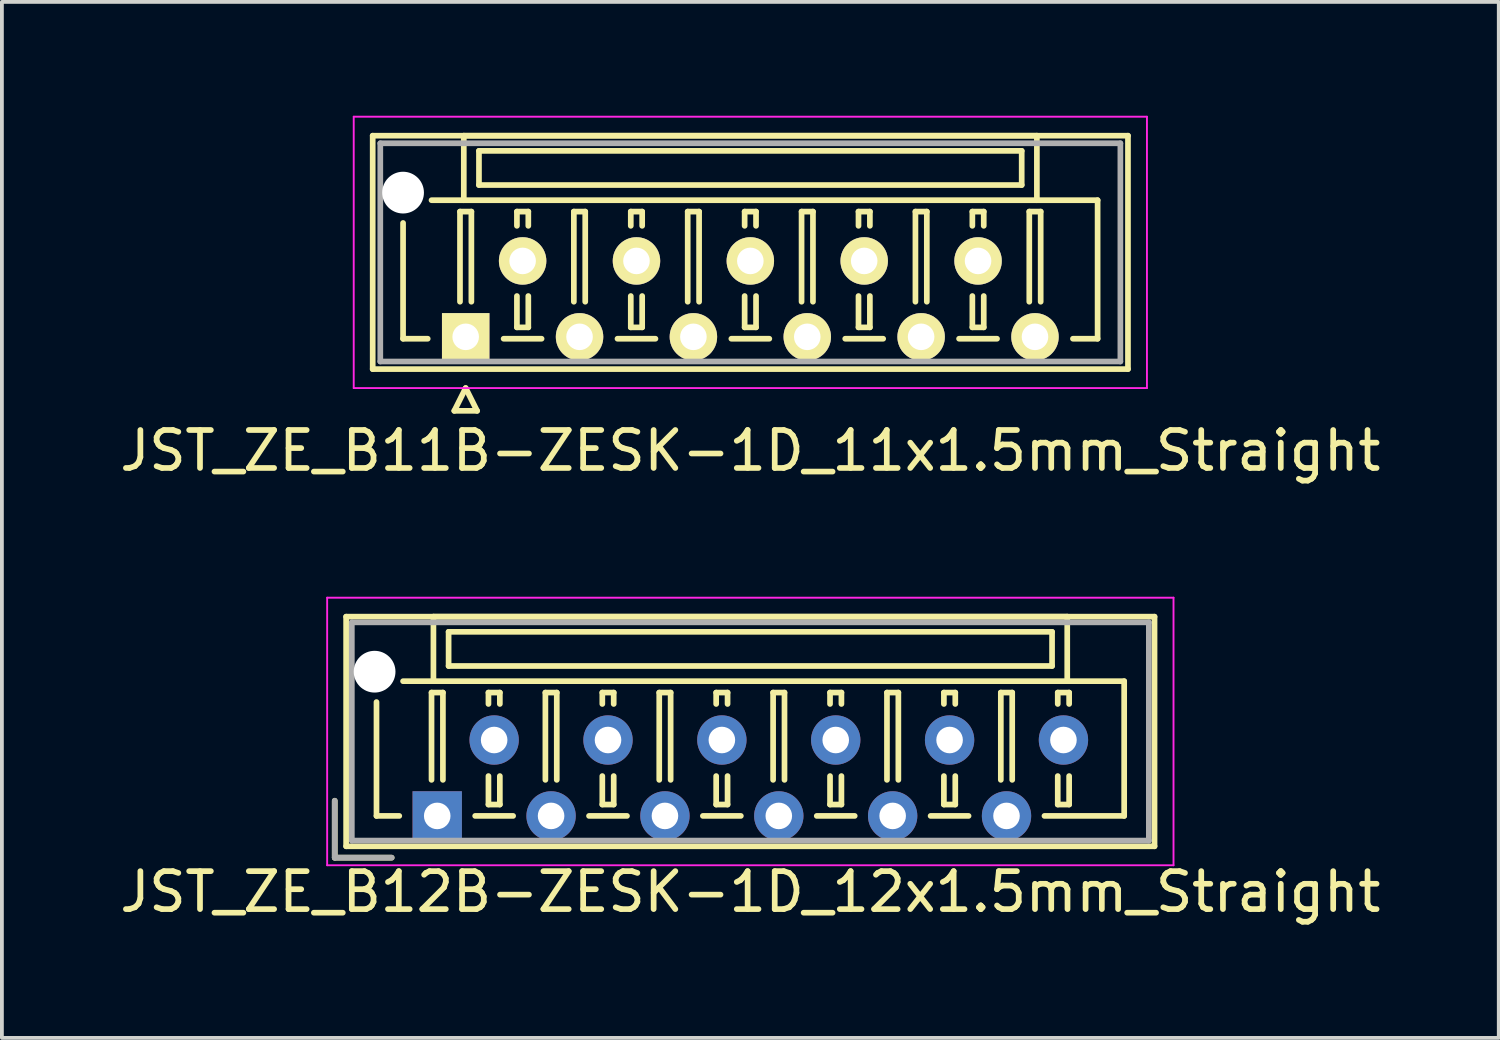
<source format=kicad_pcb>
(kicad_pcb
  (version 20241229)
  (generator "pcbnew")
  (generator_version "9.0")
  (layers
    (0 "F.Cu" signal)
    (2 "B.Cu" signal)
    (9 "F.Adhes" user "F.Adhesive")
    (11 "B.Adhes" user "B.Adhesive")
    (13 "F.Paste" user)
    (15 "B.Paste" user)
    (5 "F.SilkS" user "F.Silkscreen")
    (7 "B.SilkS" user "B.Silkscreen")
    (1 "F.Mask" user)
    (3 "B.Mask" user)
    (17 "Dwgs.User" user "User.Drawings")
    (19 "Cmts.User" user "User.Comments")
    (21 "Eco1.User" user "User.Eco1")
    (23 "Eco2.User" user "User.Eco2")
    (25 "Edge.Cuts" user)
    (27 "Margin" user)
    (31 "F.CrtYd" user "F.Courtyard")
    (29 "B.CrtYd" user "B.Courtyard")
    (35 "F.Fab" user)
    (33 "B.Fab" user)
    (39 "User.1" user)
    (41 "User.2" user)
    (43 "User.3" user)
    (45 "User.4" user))
  (footprint "JST_ZE_B11B-ZESK-1D_11x1.5mm_Straight"
    (layer "F.Cu")
    (at 9.22 5.825)
    (property "Reference" "JST_ZE_B11B-ZESK-1D_11x1.5mm_Straight" (at 7.5 3 0) (layer "F.SilkS") (effects (font (size 1 1) (thickness 0.15))))
    (attr through_hole)
    (fp_line (start -2.45 -5.3) (end -2.45 0.85) (stroke (width 0.15) (type solid)) (layer "F.SilkS"))
    (fp_line (start -2.45 0.85) (end 17.45 0.85) (stroke (width 0.15) (type solid)) (layer "F.SilkS"))
    (fp_line (start -1.65 -3) (end -1.65 0.05) (stroke (width 0.15) (type solid)) (layer "F.SilkS"))
    (fp_line (start -1.65 0.05) (end -1 0.05) (stroke (width 0.15) (type solid)) (layer "F.SilkS"))
    (fp_line (start -0.3 1.95) (end 0 1.35) (stroke (width 0.15) (type solid)) (layer "F.SilkS"))
    (fp_line (start -0.15 -3.3) (end 0.15 -3.3) (stroke (width 0.15) (type solid)) (layer "F.SilkS"))
    (fp_line (start -0.15 -0.925) (end -0.15 -3.3) (stroke (width 0.15) (type solid)) (layer "F.SilkS"))
    (fp_line (start -0.05 -5.3) (end -0.05 -3.6) (stroke (width 0.15) (type solid)) (layer "F.SilkS"))
    (fp_line (start -0.05 -3.6) (end -0.9 -3.6) (stroke (width 0.15) (type solid)) (layer "F.SilkS"))
    (fp_line (start -0.05 -3.6) (end 15.05 -3.6) (stroke (width 0.15) (type solid)) (layer "F.SilkS"))
    (fp_line (start 0 1.35) (end 0.3 1.95) (stroke (width 0.15) (type solid)) (layer "F.SilkS"))
    (fp_line (start 0.15 -3.3) (end 0.15 -0.925) (stroke (width 0.15) (type solid)) (layer "F.SilkS"))
    (fp_line (start 0.3 1.95) (end -0.3 1.95) (stroke (width 0.15) (type solid)) (layer "F.SilkS"))
    (fp_line (start 0.35 -4.9) (end 0.35 -4) (stroke (width 0.15) (type solid)) (layer "F.SilkS"))
    (fp_line (start 0.35 -4) (end 14.65 -4) (stroke (width 0.15) (type solid)) (layer "F.SilkS"))
    (fp_line (start 1 0.05) (end 2 0.05) (stroke (width 0.15) (type solid)) (layer "F.SilkS"))
    (fp_line (start 1.35 -3.3) (end 1.65 -3.3) (stroke (width 0.15) (type solid)) (layer "F.SilkS"))
    (fp_line (start 1.35 -2.925) (end 1.35 -3.3) (stroke (width 0.15) (type solid)) (layer "F.SilkS"))
    (fp_line (start 1.35 -1.075) (end 1.35 -0.25) (stroke (width 0.15) (type solid)) (layer "F.SilkS"))
    (fp_line (start 1.35 -0.25) (end 1.65 -0.25) (stroke (width 0.15) (type solid)) (layer "F.SilkS"))
    (fp_line (start 1.65 -3.3) (end 1.65 -2.925) (stroke (width 0.15) (type solid)) (layer "F.SilkS"))
    (fp_line (start 1.65 -0.25) (end 1.65 -1.075) (stroke (width 0.15) (type solid)) (layer "F.SilkS"))
    (fp_line (start 2.85 -3.3) (end 3.15 -3.3) (stroke (width 0.15) (type solid)) (layer "F.SilkS"))
    (fp_line (start 2.85 -0.925) (end 2.85 -3.3) (stroke (width 0.15) (type solid)) (layer "F.SilkS"))
    (fp_line (start 3.15 -3.3) (end 3.15 -0.925) (stroke (width 0.15) (type solid)) (layer "F.SilkS"))
    (fp_line (start 4 0.05) (end 5 0.05) (stroke (width 0.15) (type solid)) (layer "F.SilkS"))
    (fp_line (start 4.35 -3.3) (end 4.65 -3.3) (stroke (width 0.15) (type solid)) (layer "F.SilkS"))
    (fp_line (start 4.35 -2.925) (end 4.35 -3.3) (stroke (width 0.15) (type solid)) (layer "F.SilkS"))
    (fp_line (start 4.35 -1.075) (end 4.35 -0.25) (stroke (width 0.15) (type solid)) (layer "F.SilkS"))
    (fp_line (start 4.35 -0.25) (end 4.65 -0.25) (stroke (width 0.15) (type solid)) (layer "F.SilkS"))
    (fp_line (start 4.65 -3.3) (end 4.65 -2.925) (stroke (width 0.15) (type solid)) (layer "F.SilkS"))
    (fp_line (start 4.65 -0.25) (end 4.65 -1.075) (stroke (width 0.15) (type solid)) (layer "F.SilkS"))
    (fp_line (start 5.85 -3.3) (end 6.15 -3.3) (stroke (width 0.15) (type solid)) (layer "F.SilkS"))
    (fp_line (start 5.85 -0.925) (end 5.85 -3.3) (stroke (width 0.15) (type solid)) (layer "F.SilkS"))
    (fp_line (start 6.15 -3.3) (end 6.15 -0.925) (stroke (width 0.15) (type solid)) (layer "F.SilkS"))
    (fp_line (start 7 0.05) (end 8 0.05) (stroke (width 0.15) (type solid)) (layer "F.SilkS"))
    (fp_line (start 7.35 -3.3) (end 7.65 -3.3) (stroke (width 0.15) (type solid)) (layer "F.SilkS"))
    (fp_line (start 7.35 -2.925) (end 7.35 -3.3) (stroke (width 0.15) (type solid)) (layer "F.SilkS"))
    (fp_line (start 7.35 -1.075) (end 7.35 -0.25) (stroke (width 0.15) (type solid)) (layer "F.SilkS"))
    (fp_line (start 7.35 -0.25) (end 7.65 -0.25) (stroke (width 0.15) (type solid)) (layer "F.SilkS"))
    (fp_line (start 7.65 -3.3) (end 7.65 -2.925) (stroke (width 0.15) (type solid)) (layer "F.SilkS"))
    (fp_line (start 7.65 -0.25) (end 7.65 -1.075) (stroke (width 0.15) (type solid)) (layer "F.SilkS"))
    (fp_line (start 8.85 -3.3) (end 9.15 -3.3) (stroke (width 0.15) (type solid)) (layer "F.SilkS"))
    (fp_line (start 8.85 -0.925) (end 8.85 -3.3) (stroke (width 0.15) (type solid)) (layer "F.SilkS"))
    (fp_line (start 9.15 -3.3) (end 9.15 -0.925) (stroke (width 0.15) (type solid)) (layer "F.SilkS"))
    (fp_line (start 10 0.05) (end 11 0.05) (stroke (width 0.15) (type solid)) (layer "F.SilkS"))
    (fp_line (start 10.35 -3.3) (end 10.65 -3.3) (stroke (width 0.15) (type solid)) (layer "F.SilkS"))
    (fp_line (start 10.35 -2.925) (end 10.35 -3.3) (stroke (width 0.15) (type solid)) (layer "F.SilkS"))
    (fp_line (start 10.35 -1.075) (end 10.35 -0.25) (stroke (width 0.15) (type solid)) (layer "F.SilkS"))
    (fp_line (start 10.35 -0.25) (end 10.65 -0.25) (stroke (width 0.15) (type solid)) (layer "F.SilkS"))
    (fp_line (start 10.65 -3.3) (end 10.65 -2.925) (stroke (width 0.15) (type solid)) (layer "F.SilkS"))
    (fp_line (start 10.65 -0.25) (end 10.65 -1.075) (stroke (width 0.15) (type solid)) (layer "F.SilkS"))
    (fp_line (start 11.85 -3.3) (end 12.15 -3.3) (stroke (width 0.15) (type solid)) (layer "F.SilkS"))
    (fp_line (start 11.85 -0.925) (end 11.85 -3.3) (stroke (width 0.15) (type solid)) (layer "F.SilkS"))
    (fp_line (start 12.15 -3.3) (end 12.15 -0.925) (stroke (width 0.15) (type solid)) (layer "F.SilkS"))
    (fp_line (start 13 0.05) (end 14 0.05) (stroke (width 0.15) (type solid)) (layer "F.SilkS"))
    (fp_line (start 13.35 -3.3) (end 13.65 -3.3) (stroke (width 0.15) (type solid)) (layer "F.SilkS"))
    (fp_line (start 13.35 -2.925) (end 13.35 -3.3) (stroke (width 0.15) (type solid)) (layer "F.SilkS"))
    (fp_line (start 13.35 -1.075) (end 13.35 -0.25) (stroke (width 0.15) (type solid)) (layer "F.SilkS"))
    (fp_line (start 13.35 -0.25) (end 13.65 -0.25) (stroke (width 0.15) (type solid)) (layer "F.SilkS"))
    (fp_line (start 13.65 -3.3) (end 13.65 -2.925) (stroke (width 0.15) (type solid)) (layer "F.SilkS"))
    (fp_line (start 13.65 -0.25) (end 13.65 -1.075) (stroke (width 0.15) (type solid)) (layer "F.SilkS"))
    (fp_line (start 14.65 -4.9) (end 0.35 -4.9) (stroke (width 0.15) (type solid)) (layer "F.SilkS"))
    (fp_line (start 14.65 -4) (end 14.65 -4.9) (stroke (width 0.15) (type solid)) (layer "F.SilkS"))
    (fp_line (start 14.85 -3.3) (end 15.15 -3.3) (stroke (width 0.15) (type solid)) (layer "F.SilkS"))
    (fp_line (start 14.85 -0.925) (end 14.85 -3.3) (stroke (width 0.15) (type solid)) (layer "F.SilkS"))
    (fp_line (start 15.05 -5.3) (end -0.05 -5.3) (stroke (width 0.15) (type solid)) (layer "F.SilkS"))
    (fp_line (start 15.05 -3.6) (end 15.05 -5.3) (stroke (width 0.15) (type solid)) (layer "F.SilkS"))
    (fp_line (start 15.05 -3.6) (end 16.65 -3.6) (stroke (width 0.15) (type solid)) (layer "F.SilkS"))
    (fp_line (start 15.15 -3.3) (end 15.15 -0.925) (stroke (width 0.15) (type solid)) (layer "F.SilkS"))
    (fp_line (start 16.65 -3.6) (end 16.65 0.05) (stroke (width 0.15) (type solid)) (layer "F.SilkS"))
    (fp_line (start 16.65 0.05) (end 16 0.05) (stroke (width 0.15) (type solid)) (layer "F.SilkS"))
    (fp_line (start 17.45 -5.3) (end -2.45 -5.3) (stroke (width 0.15) (type solid)) (layer "F.SilkS"))
    (fp_line (start 17.45 0.85) (end 17.45 -5.3) (stroke (width 0.15) (type solid)) (layer "F.SilkS"))
    (fp_line (start -2.95 -5.8) (end -2.95 1.35) (stroke (width 0.05) (type solid)) (layer "F.CrtYd"))
    (fp_line (start -2.95 1.35) (end 17.95 1.35) (stroke (width 0.05) (type solid)) (layer "F.CrtYd"))
    (fp_line (start 17.95 -5.8) (end -2.95 -5.8) (stroke (width 0.05) (type solid)) (layer "F.CrtYd"))
    (fp_line (start 17.95 1.35) (end 17.95 -5.8) (stroke (width 0.05) (type solid)) (layer "F.CrtYd"))
    (fp_line (start -2.25 -5.1) (end -2.25 0.65) (stroke (width 0.15) (type solid)) (layer "F.Fab"))
    (fp_line (start -2.25 0.65) (end 17.25 0.65) (stroke (width 0.15) (type solid)) (layer "F.Fab"))
    (fp_line (start 17.25 -5.1) (end -2.25 -5.1) (stroke (width 0.15) (type solid)) (layer "F.Fab"))
    (fp_line (start 17.25 0.65) (end 17.25 -5.1) (stroke (width 0.15) (type solid)) (layer "F.Fab"))
    (pad "" np_thru_hole circle (at -1.65 -3.8) (size 1.1 1.1) (drill 1.1) (layers "*.Cu"))
    (pad "1" thru_hole rect (at 0 0) (size 1.25 1.25) (drill 0.7) (layers "*.Cu" "*.Mask" "F.SilkS"))
    (pad "2" thru_hole circle (at 1.5 -2) (size 1.25 1.25) (drill 0.7) (layers "*.Cu" "*.Mask" "F.SilkS"))
    (pad "3" thru_hole circle (at 3 0) (size 1.25 1.25) (drill 0.7) (layers "*.Cu" "*.Mask" "F.SilkS"))
    (pad "4" thru_hole circle (at 4.5 -2) (size 1.25 1.25) (drill 0.7) (layers "*.Cu" "*.Mask" "F.SilkS"))
    (pad "5" thru_hole circle (at 6 0) (size 1.25 1.25) (drill 0.7) (layers "*.Cu" "*.Mask" "F.SilkS"))
    (pad "6" thru_hole circle (at 7.5 -2) (size 1.25 1.25) (drill 0.7) (layers "*.Cu" "*.Mask" "F.SilkS"))
    (pad "7" thru_hole circle (at 9 0) (size 1.25 1.25) (drill 0.7) (layers "*.Cu" "*.Mask" "F.SilkS"))
    (pad "8" thru_hole circle (at 10.5 -2) (size 1.25 1.25) (drill 0.7) (layers "*.Cu" "*.Mask" "F.SilkS"))
    (pad "9" thru_hole circle (at 12 0) (size 1.25 1.25) (drill 0.7) (layers "*.Cu" "*.Mask" "F.SilkS"))
    (pad "10" thru_hole circle (at 13.5 -2) (size 1.25 1.25) (drill 0.7) (layers "*.Cu" "*.Mask" "F.SilkS"))
    (pad "11" thru_hole circle (at 15 0) (size 1.25 1.25) (drill 0.7) (layers "*.Cu" "*.Mask" "F.SilkS")))
  (footprint "JST_ZE_B12B-ZESK-1D_12x1.5mm_Straight"
    (layer "F.Cu")
    (at 8.47 18.448)
    (property "Reference" "JST_ZE_B12B-ZESK-1D_12x1.5mm_Straight" (at 8.25 2 0) (layer "F.SilkS") (effects (font (size 1 1) (thickness 0.15))))
    (attr through_hole)
    (fp_line (start -2.7 -0.4) (end -2.7 1.1) (stroke (width 0.15) (type solid)) (layer "F.SilkS"))
    (fp_line (start -2.7 1.1) (end -1.2 1.1) (stroke (width 0.15) (type solid)) (layer "F.SilkS"))
    (fp_line (start -2.4 -5.25) (end -2.4 0.8) (stroke (width 0.15) (type solid)) (layer "F.SilkS"))
    (fp_line (start -2.4 0.8) (end 18.9 0.8) (stroke (width 0.15) (type solid)) (layer "F.SilkS"))
    (fp_line (start -1.6 -3) (end -1.6 0) (stroke (width 0.15) (type solid)) (layer "F.SilkS"))
    (fp_line (start -1.6 0) (end -1 0) (stroke (width 0.15) (type solid)) (layer "F.SilkS"))
    (fp_line (start -0.15 -3.25) (end 0.15 -3.25) (stroke (width 0.15) (type solid)) (layer "F.SilkS"))
    (fp_line (start -0.15 -0.95) (end -0.15 -3.25) (stroke (width 0.15) (type solid)) (layer "F.SilkS"))
    (fp_line (start -0.1 -5.25) (end -0.1 -3.55) (stroke (width 0.15) (type solid)) (layer "F.SilkS"))
    (fp_line (start -0.1 -3.55) (end -0.9 -3.55) (stroke (width 0.15) (type solid)) (layer "F.SilkS"))
    (fp_line (start -0.1 -3.55) (end 16.6 -3.55) (stroke (width 0.15) (type solid)) (layer "F.SilkS"))
    (fp_line (start 0.15 -3.25) (end 0.15 -0.95) (stroke (width 0.15) (type solid)) (layer "F.SilkS"))
    (fp_line (start 0.3 -4.85) (end 0.3 -3.95) (stroke (width 0.15) (type solid)) (layer "F.SilkS"))
    (fp_line (start 0.3 -3.95) (end 16.2 -3.95) (stroke (width 0.15) (type solid)) (layer "F.SilkS"))
    (fp_line (start 1 0) (end 2 0) (stroke (width 0.15) (type solid)) (layer "F.SilkS"))
    (fp_line (start 1.35 -3.25) (end 1.65 -3.25) (stroke (width 0.15) (type solid)) (layer "F.SilkS"))
    (fp_line (start 1.35 -2.95) (end 1.35 -3.25) (stroke (width 0.15) (type solid)) (layer "F.SilkS"))
    (fp_line (start 1.35 -1.05) (end 1.35 -0.3) (stroke (width 0.15) (type solid)) (layer "F.SilkS"))
    (fp_line (start 1.35 -0.3) (end 1.65 -0.3) (stroke (width 0.15) (type solid)) (layer "F.SilkS"))
    (fp_line (start 1.65 -3.25) (end 1.65 -2.95) (stroke (width 0.15) (type solid)) (layer "F.SilkS"))
    (fp_line (start 1.65 -0.3) (end 1.65 -1.05) (stroke (width 0.15) (type solid)) (layer "F.SilkS"))
    (fp_line (start 2.85 -3.25) (end 3.15 -3.25) (stroke (width 0.15) (type solid)) (layer "F.SilkS"))
    (fp_line (start 2.85 -0.95) (end 2.85 -3.25) (stroke (width 0.15) (type solid)) (layer "F.SilkS"))
    (fp_line (start 3.15 -3.25) (end 3.15 -0.95) (stroke (width 0.15) (type solid)) (layer "F.SilkS"))
    (fp_line (start 4 0) (end 5 0) (stroke (width 0.15) (type solid)) (layer "F.SilkS"))
    (fp_line (start 4.35 -3.25) (end 4.65 -3.25) (stroke (width 0.15) (type solid)) (layer "F.SilkS"))
    (fp_line (start 4.35 -2.95) (end 4.35 -3.25) (stroke (width 0.15) (type solid)) (layer "F.SilkS"))
    (fp_line (start 4.35 -1.05) (end 4.35 -0.3) (stroke (width 0.15) (type solid)) (layer "F.SilkS"))
    (fp_line (start 4.35 -0.3) (end 4.65 -0.3) (stroke (width 0.15) (type solid)) (layer "F.SilkS"))
    (fp_line (start 4.65 -3.25) (end 4.65 -2.95) (stroke (width 0.15) (type solid)) (layer "F.SilkS"))
    (fp_line (start 4.65 -0.3) (end 4.65 -1.05) (stroke (width 0.15) (type solid)) (layer "F.SilkS"))
    (fp_line (start 5.85 -3.25) (end 6.15 -3.25) (stroke (width 0.15) (type solid)) (layer "F.SilkS"))
    (fp_line (start 5.85 -0.95) (end 5.85 -3.25) (stroke (width 0.15) (type solid)) (layer "F.SilkS"))
    (fp_line (start 6.15 -3.25) (end 6.15 -0.95) (stroke (width 0.15) (type solid)) (layer "F.SilkS"))
    (fp_line (start 7 0) (end 8 0) (stroke (width 0.15) (type solid)) (layer "F.SilkS"))
    (fp_line (start 7.35 -3.25) (end 7.65 -3.25) (stroke (width 0.15) (type solid)) (layer "F.SilkS"))
    (fp_line (start 7.35 -2.95) (end 7.35 -3.25) (stroke (width 0.15) (type solid)) (layer "F.SilkS"))
    (fp_line (start 7.35 -1.05) (end 7.35 -0.3) (stroke (width 0.15) (type solid)) (layer "F.SilkS"))
    (fp_line (start 7.35 -0.3) (end 7.65 -0.3) (stroke (width 0.15) (type solid)) (layer "F.SilkS"))
    (fp_line (start 7.65 -3.25) (end 7.65 -2.95) (stroke (width 0.15) (type solid)) (layer "F.SilkS"))
    (fp_line (start 7.65 -0.3) (end 7.65 -1.05) (stroke (width 0.15) (type solid)) (layer "F.SilkS"))
    (fp_line (start 8.85 -3.25) (end 9.15 -3.25) (stroke (width 0.15) (type solid)) (layer "F.SilkS"))
    (fp_line (start 8.85 -0.95) (end 8.85 -3.25) (stroke (width 0.15) (type solid)) (layer "F.SilkS"))
    (fp_line (start 9.15 -3.25) (end 9.15 -0.95) (stroke (width 0.15) (type solid)) (layer "F.SilkS"))
    (fp_line (start 10 0) (end 11 0) (stroke (width 0.15) (type solid)) (layer "F.SilkS"))
    (fp_line (start 10.35 -3.25) (end 10.65 -3.25) (stroke (width 0.15) (type solid)) (layer "F.SilkS"))
    (fp_line (start 10.35 -2.95) (end 10.35 -3.25) (stroke (width 0.15) (type solid)) (layer "F.SilkS"))
    (fp_line (start 10.35 -1.05) (end 10.35 -0.3) (stroke (width 0.15) (type solid)) (layer "F.SilkS"))
    (fp_line (start 10.35 -0.3) (end 10.65 -0.3) (stroke (width 0.15) (type solid)) (layer "F.SilkS"))
    (fp_line (start 10.65 -3.25) (end 10.65 -2.95) (stroke (width 0.15) (type solid)) (layer "F.SilkS"))
    (fp_line (start 10.65 -0.3) (end 10.65 -1.05) (stroke (width 0.15) (type solid)) (layer "F.SilkS"))
    (fp_line (start 11.85 -3.25) (end 12.15 -3.25) (stroke (width 0.15) (type solid)) (layer "F.SilkS"))
    (fp_line (start 11.85 -0.95) (end 11.85 -3.25) (stroke (width 0.15) (type solid)) (layer "F.SilkS"))
    (fp_line (start 12.15 -3.25) (end 12.15 -0.95) (stroke (width 0.15) (type solid)) (layer "F.SilkS"))
    (fp_line (start 13 0) (end 14 0) (stroke (width 0.15) (type solid)) (layer "F.SilkS"))
    (fp_line (start 13.35 -3.25) (end 13.65 -3.25) (stroke (width 0.15) (type solid)) (layer "F.SilkS"))
    (fp_line (start 13.35 -2.95) (end 13.35 -3.25) (stroke (width 0.15) (type solid)) (layer "F.SilkS"))
    (fp_line (start 13.35 -1.05) (end 13.35 -0.3) (stroke (width 0.15) (type solid)) (layer "F.SilkS"))
    (fp_line (start 13.35 -0.3) (end 13.65 -0.3) (stroke (width 0.15) (type solid)) (layer "F.SilkS"))
    (fp_line (start 13.65 -3.25) (end 13.65 -2.95) (stroke (width 0.15) (type solid)) (layer "F.SilkS"))
    (fp_line (start 13.65 -0.3) (end 13.65 -1.05) (stroke (width 0.15) (type solid)) (layer "F.SilkS"))
    (fp_line (start 14.85 -3.25) (end 15.15 -3.25) (stroke (width 0.15) (type solid)) (layer "F.SilkS"))
    (fp_line (start 14.85 -0.95) (end 14.85 -3.25) (stroke (width 0.15) (type solid)) (layer "F.SilkS"))
    (fp_line (start 15.15 -3.25) (end 15.15 -0.95) (stroke (width 0.15) (type solid)) (layer "F.SilkS"))
    (fp_line (start 16.2 -4.85) (end 0.3 -4.85) (stroke (width 0.15) (type solid)) (layer "F.SilkS"))
    (fp_line (start 16.2 -3.95) (end 16.2 -4.85) (stroke (width 0.15) (type solid)) (layer "F.SilkS"))
    (fp_line (start 16.35 -3.25) (end 16.65 -3.25) (stroke (width 0.15) (type solid)) (layer "F.SilkS"))
    (fp_line (start 16.35 -2.95) (end 16.35 -3.25) (stroke (width 0.15) (type solid)) (layer "F.SilkS"))
    (fp_line (start 16.35 -1.05) (end 16.35 -0.3) (stroke (width 0.15) (type solid)) (layer "F.SilkS"))
    (fp_line (start 16.35 -0.3) (end 16.65 -0.3) (stroke (width 0.15) (type solid)) (layer "F.SilkS"))
    (fp_line (start 16.6 -5.25) (end -0.1 -5.25) (stroke (width 0.15) (type solid)) (layer "F.SilkS"))
    (fp_line (start 16.6 -3.55) (end 16.6 -5.25) (stroke (width 0.15) (type solid)) (layer "F.SilkS"))
    (fp_line (start 16.6 -3.55) (end 18.1 -3.55) (stroke (width 0.15) (type solid)) (layer "F.SilkS"))
    (fp_line (start 16.65 -3.25) (end 16.65 -2.95) (stroke (width 0.15) (type solid)) (layer "F.SilkS"))
    (fp_line (start 16.65 -0.3) (end 16.65 -1.05) (stroke (width 0.15) (type solid)) (layer "F.SilkS"))
    (fp_line (start 18.1 -3.55) (end 18.1 0) (stroke (width 0.15) (type solid)) (layer "F.SilkS"))
    (fp_line (start 18.1 0) (end 16 0) (stroke (width 0.15) (type solid)) (layer "F.SilkS"))
    (fp_line (start 18.9 -5.25) (end -2.4 -5.25) (stroke (width 0.15) (type solid)) (layer "F.SilkS"))
    (fp_line (start 18.9 0.8) (end 18.9 -5.25) (stroke (width 0.15) (type solid)) (layer "F.SilkS"))
    (fp_line (start -2.9 -5.75) (end -2.9 1.3) (stroke (width 0.05) (type solid)) (layer "F.CrtYd"))
    (fp_line (start -2.9 1.3) (end 19.4 1.3) (stroke (width 0.05) (type solid)) (layer "F.CrtYd"))
    (fp_line (start 19.4 -5.75) (end -2.9 -5.75) (stroke (width 0.05) (type solid)) (layer "F.CrtYd"))
    (fp_line (start 19.4 1.3) (end 19.4 -5.75) (stroke (width 0.05) (type solid)) (layer "F.CrtYd"))
    (fp_line (start -2.7 -0.4) (end -2.7 1.1) (stroke (width 0.15) (type solid)) (layer "F.Fab"))
    (fp_line (start -2.7 1.1) (end -1.2 1.1) (stroke (width 0.15) (type solid)) (layer "F.Fab"))
    (fp_line (start -2.25 -5.1) (end -2.25 0.65) (stroke (width 0.15) (type solid)) (layer "F.Fab"))
    (fp_line (start -2.25 0.65) (end 18.75 0.65) (stroke (width 0.15) (type solid)) (layer "F.Fab"))
    (fp_line (start 18.75 -5.1) (end -2.25 -5.1) (stroke (width 0.15) (type solid)) (layer "F.Fab"))
    (fp_line (start 18.75 0.65) (end 18.75 -5.1) (stroke (width 0.15) (type solid)) (layer "F.Fab"))
    (pad "" np_thru_hole circle (at -1.65 -3.8) (size 1.1 1.1) (drill 1.1) (layers "*.Cu"))
    (pad "1" thru_hole rect (at 0 0) (size 1.3 1.3) (drill 0.7) (layers "*.Cu" "*.Mask"))
    (pad "2" thru_hole circle (at 1.5 -2) (size 1.3 1.3) (drill 0.7) (layers "*.Cu" "*.Mask"))
    (pad "3" thru_hole circle (at 3 0) (size 1.3 1.3) (drill 0.7) (layers "*.Cu" "*.Mask"))
    (pad "4" thru_hole circle (at 4.5 -2) (size 1.3 1.3) (drill 0.7) (layers "*.Cu" "*.Mask"))
    (pad "5" thru_hole circle (at 6 0) (size 1.3 1.3) (drill 0.7) (layers "*.Cu" "*.Mask"))
    (pad "6" thru_hole circle (at 7.5 -2) (size 1.3 1.3) (drill 0.7) (layers "*.Cu" "*.Mask"))
    (pad "7" thru_hole circle (at 9 0) (size 1.3 1.3) (drill 0.7) (layers "*.Cu" "*.Mask"))
    (pad "8" thru_hole circle (at 10.5 -2) (size 1.3 1.3) (drill 0.7) (layers "*.Cu" "*.Mask"))
    (pad "9" thru_hole circle (at 12 0) (size 1.3 1.3) (drill 0.7) (layers "*.Cu" "*.Mask"))
    (pad "10" thru_hole circle (at 13.5 -2) (size 1.3 1.3) (drill 0.7) (layers "*.Cu" "*.Mask"))
    (pad "11" thru_hole circle (at 15 0) (size 1.3 1.3) (drill 0.7) (layers "*.Cu" "*.Mask"))
    (pad "12" thru_hole circle (at 16.5 -2) (size 1.3 1.3) (drill 0.7) (layers "*.Cu" "*.Mask")))
  (gr_rect
    (start -3 -3)
    (end 36.44 24.297)
    (stroke (width 0.1) (type default))
    (fill no)
    (layer "Edge.Cuts")))
</source>
